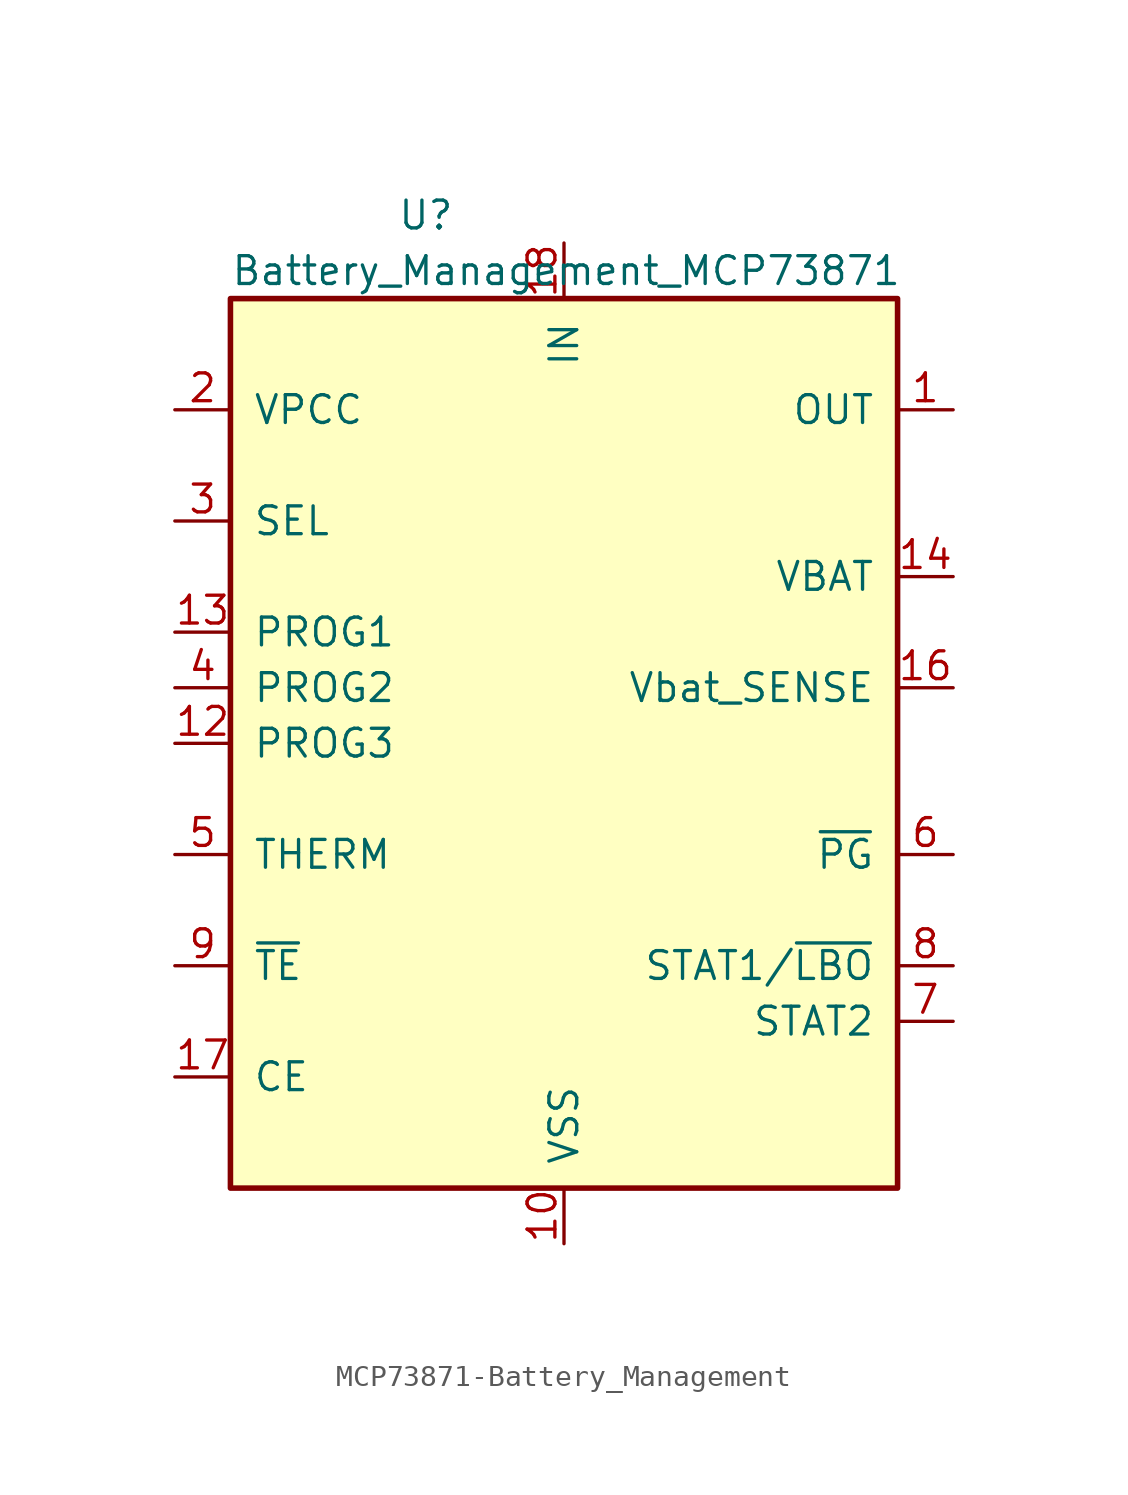
<source format=kicad_sym>
(kicad_symbol_lib
  (version 20231120)
  (generator "kicad_symbol_editor")
  (generator_version "8.0")
  (symbol "MCP73871-Battery_Management"
    (pin_names
      (offset 1.016))
    (property "Reference" "U"
      (at -7.62 24.13 0)
      (effects (font (size 1.27 1.27)) (justify left)))
    (property "Value" "Battery_Management_MCP73871"
      (at -15.24 21.59 0)
      (effects (font (size 1.27 1.27)) (justify left)))
    (symbol "MCP73871-Battery_Management_0_1"
      (rectangle (start -15.24 20.32) (end 15.24 -20.32) (stroke (width 0.254) (type solid)) (fill (type background))))
    (symbol "MCP73871-Battery_Management_1_1"
      (pin power_out line (at 17.78 15.24 180) (length 2.54) (name "OUT" (effects (font (size 1.27 1.27)))) (number "1" (effects (font (size 1.27 1.27)))))
      (pin power_in line (at 0 -22.86 90) (length 2.54) (name "VSS" (effects (font (size 1.27 1.27)))) (number "10" (effects (font (size 1.27 1.27)))))
      (pin passive line (at 0 -22.86 90) (length 2.54) hide (name "VSS" (effects (font (size 1.27 1.27)))) (number "11" (effects (font (size 1.27 1.27)))))
      (pin bidirectional line (at -17.78 0 0) (length 2.54) (name "PROG3" (effects (font (size 1.27 1.27)))) (number "12" (effects (font (size 1.27 1.27)))))
      (pin bidirectional line (at -17.78 5.08 0) (length 2.54) (name "PROG1" (effects (font (size 1.27 1.27)))) (number "13" (effects (font (size 1.27 1.27)))))
      (pin power_out line (at 17.78 7.62 180) (length 2.54) (name "VBAT" (effects (font (size 1.27 1.27)))) (number "14" (effects (font (size 1.27 1.27)))))
      (pin passive line (at 17.78 7.62 180) (length 2.54) hide (name "VBAT" (effects (font (size 1.27 1.27)))) (number "15" (effects (font (size 1.27 1.27)))))
      (pin input line (at 17.78 2.54 180) (length 2.54) (name "Vbat_SENSE" (effects (font (size 1.27 1.27)))) (number "16" (effects (font (size 1.27 1.27)))))
      (pin input line (at -17.78 -15.24 0) (length 2.54) (name "CE" (effects (font (size 1.27 1.27)))) (number "17" (effects (font (size 1.27 1.27)))))
      (pin power_in line (at 0 22.86 270) (length 2.54) (name "IN" (effects (font (size 1.27 1.27)))) (number "18" (effects (font (size 1.27 1.27)))))
      (pin passive line (at 0 22.86 270) (length 2.54) hide (name "IN" (effects (font (size 1.27 1.27)))) (number "19" (effects (font (size 1.27 1.27)))))
      (pin input line (at -17.78 15.24 0) (length 2.54) (name "VPCC" (effects (font (size 1.27 1.27)))) (number "2" (effects (font (size 1.27 1.27)))))
      (pin passive line (at 17.78 15.24 180) (length 2.54) hide (name "OUT" (effects (font (size 1.27 1.27)))) (number "20" (effects (font (size 1.27 1.27)))))
      (pin passive line (at 0 -22.86 90) (length 2.54) hide (name "VSS" (effects (font (size 1.27 1.27)))) (number "21" (effects (font (size 1.27 1.27)))))
      (pin input line (at -17.78 10.16 0) (length 2.54) (name "SEL" (effects (font (size 1.27 1.27)))) (number "3" (effects (font (size 1.27 1.27)))))
      (pin input line (at -17.78 2.54 0) (length 2.54) (name "PROG2" (effects (font (size 1.27 1.27)))) (number "4" (effects (font (size 1.27 1.27)))))
      (pin bidirectional line (at -17.78 -5.08 0) (length 2.54) (name "THERM" (effects (font (size 1.27 1.27)))) (number "5" (effects (font (size 1.27 1.27)))))
      (pin open_collector line (at 17.78 -5.08 180) (length 2.54) (name "~{PG}" (effects (font (size 1.27 1.27)))) (number "6" (effects (font (size 1.27 1.27)))))
      (pin open_collector line (at 17.78 -12.7 180) (length 2.54) (name "STAT2" (effects (font (size 1.27 1.27)))) (number "7" (effects (font (size 1.27 1.27)))))
      (pin open_collector line (at 17.78 -10.16 180) (length 2.54) (name "STAT1/~{LBO}" (effects (font (size 1.27 1.27)))) (number "8" (effects (font (size 1.27 1.27)))))
      (pin input line (at -17.78 -10.16 0) (length 2.54) (name "~{TE}" (effects (font (size 1.27 1.27)))) (number "9" (effects (font (size 1.27 1.27))))))))
</source>
